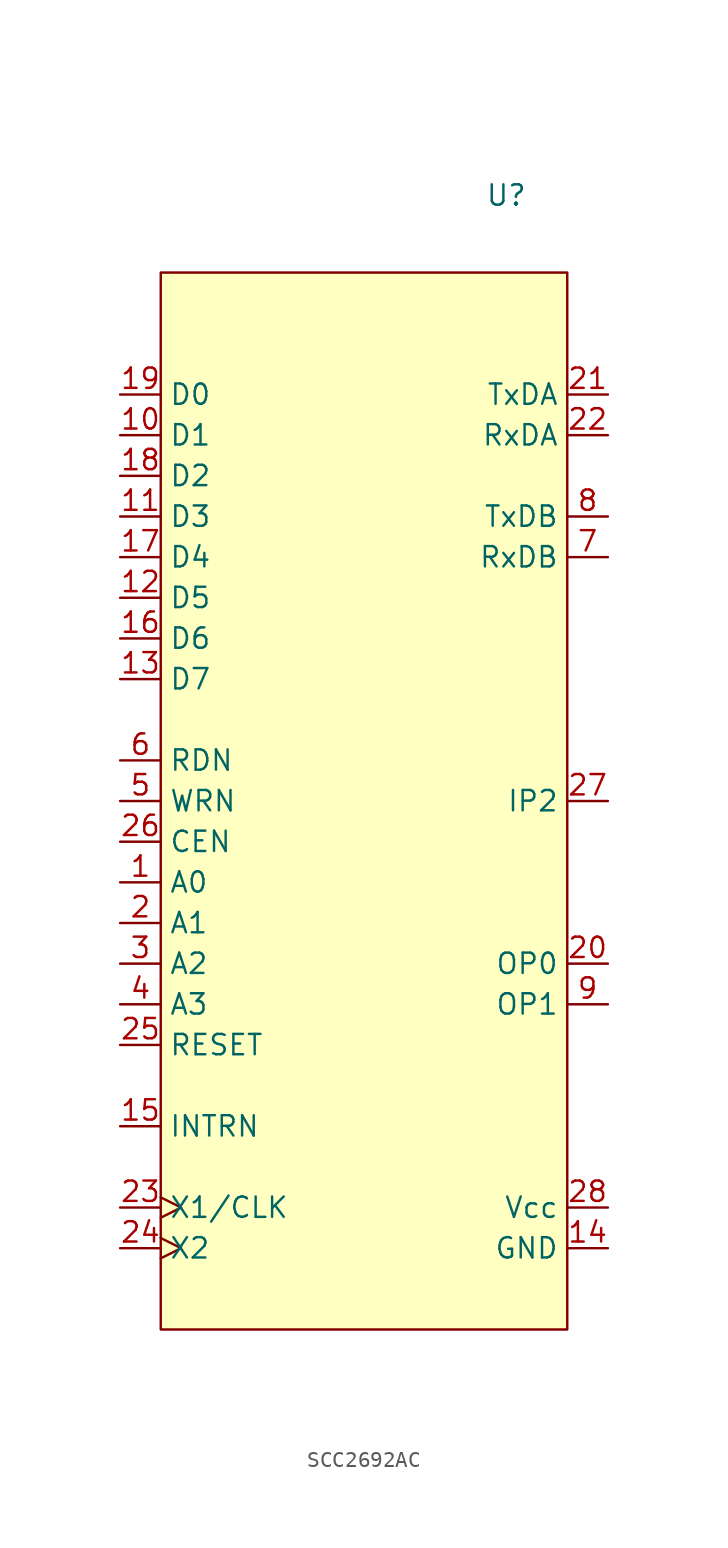
<source format=kicad_sym>
(kicad_symbol_lib
  (version 20241209)
  (generator "kicad_symbol_editor")
  (generator_version "9.0")
  (symbol "SCC2692AC"
    (property "Reference" "U"
      (at 8.89 37.846 0)
      (effects (font (size 1.27 1.27))))
    (property "Value" ""
      (at 0 0 0)
      (effects (font (size 1.27 1.27))))
    (symbol "SCC2692AC_0_0"
      (pin bidirectional line (at -15.24 25.4 0) (length 2.54) (name "D0" (effects (font (size 1.27 1.27)))) (number "19" (effects (font (size 1.27 1.27)))))
      (pin bidirectional line (at -15.24 22.86 0) (length 2.54) (name "D1" (effects (font (size 1.27 1.27)))) (number "10" (effects (font (size 1.27 1.27)))))
      (pin bidirectional line (at -15.24 20.32 0) (length 2.54) (name "D2" (effects (font (size 1.27 1.27)))) (number "18" (effects (font (size 1.27 1.27)))))
      (pin bidirectional line (at -15.24 17.78 0) (length 2.54) (name "D3" (effects (font (size 1.27 1.27)))) (number "11" (effects (font (size 1.27 1.27)))))
      (pin bidirectional line (at -15.24 15.24 0) (length 2.54) (name "D4" (effects (font (size 1.27 1.27)))) (number "17" (effects (font (size 1.27 1.27)))))
      (pin bidirectional line (at -15.24 12.7 0) (length 2.54) (name "D5" (effects (font (size 1.27 1.27)))) (number "12" (effects (font (size 1.27 1.27)))))
      (pin bidirectional line (at -15.24 10.16 0) (length 2.54) (name "D6" (effects (font (size 1.27 1.27)))) (number "16" (effects (font (size 1.27 1.27)))))
      (pin bidirectional line (at -15.24 7.62 0) (length 2.54) (name "D7" (effects (font (size 1.27 1.27)))) (number "13" (effects (font (size 1.27 1.27)))))
      (pin input line (at -15.24 2.54 0) (length 2.54) (name "RDN" (effects (font (size 1.27 1.27)))) (number "6" (effects (font (size 1.27 1.27)))))
      (pin input line (at -15.24 0 0) (length 2.54) (name "WRN" (effects (font (size 1.27 1.27)))) (number "5" (effects (font (size 1.27 1.27)))))
      (pin input line (at -15.24 -2.54 0) (length 2.54) (name "CEN" (effects (font (size 1.27 1.27)))) (number "26" (effects (font (size 1.27 1.27)))))
      (pin input line (at -15.24 -5.08 0) (length 2.54) (name "A0" (effects (font (size 1.27 1.27)))) (number "1" (effects (font (size 1.27 1.27)))))
      (pin input line (at -15.24 -7.62 0) (length 2.54) (name "A1" (effects (font (size 1.27 1.27)))) (number "2" (effects (font (size 1.27 1.27)))))
      (pin input line (at -15.24 -10.16 0) (length 2.54) (name "A2" (effects (font (size 1.27 1.27)))) (number "3" (effects (font (size 1.27 1.27)))))
      (pin input line (at -15.24 -12.7 0) (length 2.54) (name "A3" (effects (font (size 1.27 1.27)))) (number "4" (effects (font (size 1.27 1.27)))))
      (pin input line (at -15.24 -15.24 0) (length 2.54) (name "RESET" (effects (font (size 1.27 1.27)))) (number "25" (effects (font (size 1.27 1.27)))))
      (pin output line (at -15.24 -20.32 0) (length 2.54) (name "INTRN" (effects (font (size 1.27 1.27)))) (number "15" (effects (font (size 1.27 1.27)))))
      (pin input clock (at -15.24 -25.4 0) (length 2.54) (name "X1/CLK" (effects (font (size 1.27 1.27)))) (number "23" (effects (font (size 1.27 1.27)))))
      (pin input clock (at -15.24 -27.94 0) (length 2.54) (name "X2" (effects (font (size 1.27 1.27)))) (number "24" (effects (font (size 1.27 1.27)))))
      (pin output line (at 15.24 25.4 180) (length 2.54) (name "TxDA" (effects (font (size 1.27 1.27)))) (number "21" (effects (font (size 1.27 1.27)))))
      (pin input line (at 15.24 22.86 180) (length 2.54) (name "RxDA" (effects (font (size 1.27 1.27)))) (number "22" (effects (font (size 1.27 1.27)))))
      (pin output line (at 15.24 17.78 180) (length 2.54) (name "TxDB" (effects (font (size 1.27 1.27)))) (number "8" (effects (font (size 1.27 1.27)))))
      (pin input line (at 15.24 15.24 180) (length 2.54) (name "RxDB" (effects (font (size 1.27 1.27)))) (number "7" (effects (font (size 1.27 1.27)))))
      (pin input line (at 15.24 0 180) (length 2.54) (name "IP2" (effects (font (size 1.27 1.27)))) (number "27" (effects (font (size 1.27 1.27)))))
      (pin output line (at 15.24 -10.16 180) (length 2.54) (name "OP0" (effects (font (size 1.27 1.27)))) (number "20" (effects (font (size 1.27 1.27)))))
      (pin output line (at 15.24 -12.7 180) (length 2.54) (name "OP1" (effects (font (size 1.27 1.27)))) (number "9" (effects (font (size 1.27 1.27)))))
      (pin power_in line (at 15.24 -25.4 180) (length 2.54) (name "Vcc" (effects (font (size 1.27 1.27)))) (number "28" (effects (font (size 1.27 1.27)))))
      (pin power_in line (at 15.24 -27.94 180) (length 2.54) (name "GND" (effects (font (size 1.27 1.27)))) (number "14" (effects (font (size 1.27 1.27))))))
    (symbol "SCC2692AC_1_1"
      (rectangle (start -12.7 33.02) (end 12.7 -33.02) (stroke (width 0) (type solid)) (fill (type background))))))
</source>
